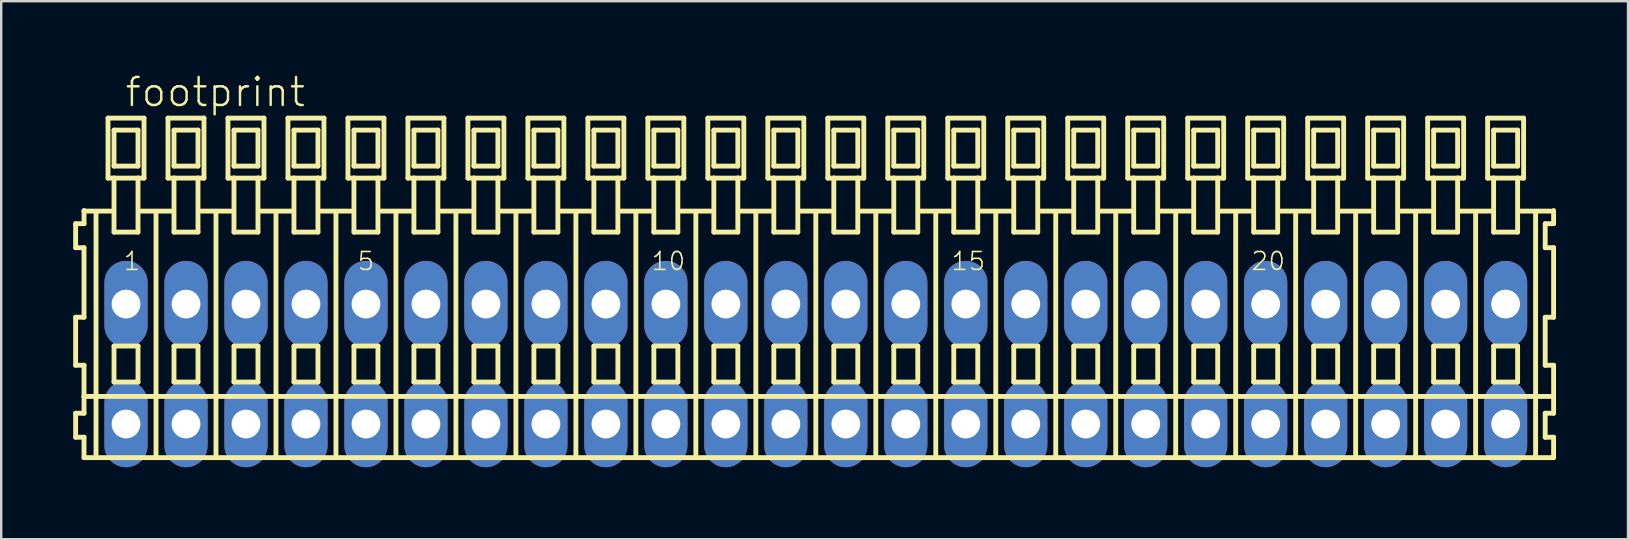
<source format=kicad_pcb>
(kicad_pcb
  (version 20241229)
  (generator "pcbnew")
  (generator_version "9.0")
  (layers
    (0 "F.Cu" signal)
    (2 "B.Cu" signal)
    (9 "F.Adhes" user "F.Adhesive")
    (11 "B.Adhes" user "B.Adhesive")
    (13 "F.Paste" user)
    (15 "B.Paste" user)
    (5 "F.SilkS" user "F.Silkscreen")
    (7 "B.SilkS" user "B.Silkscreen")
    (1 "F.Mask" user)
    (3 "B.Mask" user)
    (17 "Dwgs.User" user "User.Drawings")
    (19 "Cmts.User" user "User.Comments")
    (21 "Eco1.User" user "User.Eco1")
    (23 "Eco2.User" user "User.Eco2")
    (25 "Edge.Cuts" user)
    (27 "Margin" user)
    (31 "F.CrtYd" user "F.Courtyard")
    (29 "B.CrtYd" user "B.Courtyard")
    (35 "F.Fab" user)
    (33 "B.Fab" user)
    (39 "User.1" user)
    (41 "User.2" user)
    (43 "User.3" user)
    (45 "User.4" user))
  (footprint "footprint"
    (layer "F.Cu")
    (at 30.952 12.123)
    (property "Reference" "footprint" (at -28.85 -10.65 0) (layer "F.SilkS") (effects (font (size 1.168 1.168) (thickness 0.102)) (justify left bottom)))
    (fp_line (start -30.85 -5.85) (end -30.85 -4.85) (stroke (width 0.203) (type solid)) (layer "F.SilkS"))
    (fp_line (start -30.85 -4.85) (end -30.5 -4.85) (stroke (width 0.203) (type solid)) (layer "F.SilkS"))
    (fp_line (start -30.85 -1.95) (end -30.85 0.05) (stroke (width 0.203) (type solid)) (layer "F.SilkS"))
    (fp_line (start -30.85 0.05) (end -30.5 0.05) (stroke (width 0.203) (type solid)) (layer "F.SilkS"))
    (fp_line (start -30.85 2.05) (end -30.85 3.05) (stroke (width 0.203) (type solid)) (layer "F.SilkS"))
    (fp_line (start -30.85 3.05) (end -30.5 3.05) (stroke (width 0.203) (type solid)) (layer "F.SilkS"))
    (fp_line (start -30.5 -6.4) (end -30.5 -6.375) (stroke (width 0.203) (type solid)) (layer "F.SilkS"))
    (fp_line (start -30.5 -6.375) (end -30.5 -5.85) (stroke (width 0.203) (type solid)) (layer "F.SilkS"))
    (fp_line (start -30.5 -6.375) (end -29.375 -6.375) (stroke (width 0.203) (type solid)) (layer "F.SilkS"))
    (fp_line (start -30.5 -5.85) (end -30.85 -5.85) (stroke (width 0.203) (type solid)) (layer "F.SilkS"))
    (fp_line (start -30.5 -4.85) (end -30.5 -1.95) (stroke (width 0.203) (type solid)) (layer "F.SilkS"))
    (fp_line (start -30.5 -1.95) (end -30.85 -1.95) (stroke (width 0.203) (type solid)) (layer "F.SilkS"))
    (fp_line (start -30.5 0.05) (end -30.5 1.35) (stroke (width 0.203) (type solid)) (layer "F.SilkS"))
    (fp_line (start -30.5 1.35) (end -30.5 2.05) (stroke (width 0.203) (type solid)) (layer "F.SilkS"))
    (fp_line (start -30.5 1.35) (end 30.75 1.35) (stroke (width 0.203) (type solid)) (layer "F.SilkS"))
    (fp_line (start -30.5 2.05) (end -30.85 2.05) (stroke (width 0.203) (type solid)) (layer "F.SilkS"))
    (fp_line (start -30.5 3.05) (end -30.5 3.9) (stroke (width 0.203) (type solid)) (layer "F.SilkS"))
    (fp_line (start -30.5 3.9) (end 30.75 3.9) (stroke (width 0.203) (type solid)) (layer "F.SilkS"))
    (fp_line (start -30 -6.35) (end -30 3.8) (stroke (width 0.203) (type solid)) (layer "F.SilkS"))
    (fp_line (start -29.5 -10.25) (end -29.5 -7.75) (stroke (width 0.203) (type solid)) (layer "F.SilkS"))
    (fp_line (start -29.5 -7.75) (end -29.25 -7.75) (stroke (width 0.203) (type solid)) (layer "F.SilkS"))
    (fp_line (start -29.25 -9.75) (end -29.25 -8.25) (stroke (width 0.203) (type solid)) (layer "F.SilkS"))
    (fp_line (start -29.25 -8.25) (end -28.25 -8.25) (stroke (width 0.203) (type solid)) (layer "F.SilkS"))
    (fp_line (start -29.25 -7.75) (end -29.25 -5.5) (stroke (width 0.203) (type solid)) (layer "F.SilkS"))
    (fp_line (start -29.25 -7.75) (end -28.25 -7.75) (stroke (width 0.203) (type solid)) (layer "F.SilkS"))
    (fp_line (start -29.25 -5.5) (end -28.25 -5.5) (stroke (width 0.203) (type solid)) (layer "F.SilkS"))
    (fp_line (start -29.25 -0.75) (end -29.25 0.75) (stroke (width 0.203) (type solid)) (layer "F.SilkS"))
    (fp_line (start -29.25 0.75) (end -28.25 0.75) (stroke (width 0.203) (type solid)) (layer "F.SilkS"))
    (fp_line (start -28.25 -9.75) (end -29.25 -9.75) (stroke (width 0.203) (type solid)) (layer "F.SilkS"))
    (fp_line (start -28.25 -8.25) (end -28.25 -9.75) (stroke (width 0.203) (type solid)) (layer "F.SilkS"))
    (fp_line (start -28.25 -7.75) (end -28 -7.75) (stroke (width 0.203) (type solid)) (layer "F.SilkS"))
    (fp_line (start -28.25 -5.5) (end -28.25 -7.75) (stroke (width 0.203) (type solid)) (layer "F.SilkS"))
    (fp_line (start -28.25 -0.75) (end -29.25 -0.75) (stroke (width 0.203) (type solid)) (layer "F.SilkS"))
    (fp_line (start -28.25 0.75) (end -28.25 -0.75) (stroke (width 0.203) (type solid)) (layer "F.SilkS"))
    (fp_line (start -28.125 -6.375) (end -26.875 -6.375) (stroke (width 0.203) (type solid)) (layer "F.SilkS"))
    (fp_line (start -28 -10.25) (end -29.5 -10.25) (stroke (width 0.203) (type solid)) (layer "F.SilkS"))
    (fp_line (start -28 -7.75) (end -28 -10.25) (stroke (width 0.203) (type solid)) (layer "F.SilkS"))
    (fp_line (start -27.5 -6.35) (end -27.5 3.8) (stroke (width 0.203) (type solid)) (layer "F.SilkS"))
    (fp_line (start -27 -10.25) (end -27 -7.75) (stroke (width 0.203) (type solid)) (layer "F.SilkS"))
    (fp_line (start -27 -7.75) (end -26.75 -7.75) (stroke (width 0.203) (type solid)) (layer "F.SilkS"))
    (fp_line (start -26.75 -9.75) (end -26.75 -8.25) (stroke (width 0.203) (type solid)) (layer "F.SilkS"))
    (fp_line (start -26.75 -8.25) (end -25.75 -8.25) (stroke (width 0.203) (type solid)) (layer "F.SilkS"))
    (fp_line (start -26.75 -7.75) (end -26.75 -5.5) (stroke (width 0.203) (type solid)) (layer "F.SilkS"))
    (fp_line (start -26.75 -7.75) (end -25.75 -7.75) (stroke (width 0.203) (type solid)) (layer "F.SilkS"))
    (fp_line (start -26.75 -5.5) (end -25.75 -5.5) (stroke (width 0.203) (type solid)) (layer "F.SilkS"))
    (fp_line (start -26.75 -0.75) (end -26.75 0.75) (stroke (width 0.203) (type solid)) (layer "F.SilkS"))
    (fp_line (start -26.75 0.75) (end -25.75 0.75) (stroke (width 0.203) (type solid)) (layer "F.SilkS"))
    (fp_line (start -25.75 -9.75) (end -26.75 -9.75) (stroke (width 0.203) (type solid)) (layer "F.SilkS"))
    (fp_line (start -25.75 -8.25) (end -25.75 -9.75) (stroke (width 0.203) (type solid)) (layer "F.SilkS"))
    (fp_line (start -25.75 -7.75) (end -25.5 -7.75) (stroke (width 0.203) (type solid)) (layer "F.SilkS"))
    (fp_line (start -25.75 -5.5) (end -25.75 -7.75) (stroke (width 0.203) (type solid)) (layer "F.SilkS"))
    (fp_line (start -25.75 -0.75) (end -26.75 -0.75) (stroke (width 0.203) (type solid)) (layer "F.SilkS"))
    (fp_line (start -25.75 0.75) (end -25.75 -0.75) (stroke (width 0.203) (type solid)) (layer "F.SilkS"))
    (fp_line (start -25.625 -6.375) (end -24.375 -6.375) (stroke (width 0.203) (type solid)) (layer "F.SilkS"))
    (fp_line (start -25.5 -10.25) (end -27 -10.25) (stroke (width 0.203) (type solid)) (layer "F.SilkS"))
    (fp_line (start -25.5 -7.75) (end -25.5 -10.25) (stroke (width 0.203) (type solid)) (layer "F.SilkS"))
    (fp_line (start -25 -6.35) (end -25 3.8) (stroke (width 0.203) (type solid)) (layer "F.SilkS"))
    (fp_line (start -24.5 -10.25) (end -24.5 -7.75) (stroke (width 0.203) (type solid)) (layer "F.SilkS"))
    (fp_line (start -24.5 -7.75) (end -24.25 -7.75) (stroke (width 0.203) (type solid)) (layer "F.SilkS"))
    (fp_line (start -24.25 -9.75) (end -24.25 -8.25) (stroke (width 0.203) (type solid)) (layer "F.SilkS"))
    (fp_line (start -24.25 -8.25) (end -23.25 -8.25) (stroke (width 0.203) (type solid)) (layer "F.SilkS"))
    (fp_line (start -24.25 -7.75) (end -24.25 -5.5) (stroke (width 0.203) (type solid)) (layer "F.SilkS"))
    (fp_line (start -24.25 -7.75) (end -23.25 -7.75) (stroke (width 0.203) (type solid)) (layer "F.SilkS"))
    (fp_line (start -24.25 -5.5) (end -23.25 -5.5) (stroke (width 0.203) (type solid)) (layer "F.SilkS"))
    (fp_line (start -24.25 -0.75) (end -24.25 0.75) (stroke (width 0.203) (type solid)) (layer "F.SilkS"))
    (fp_line (start -24.25 0.75) (end -23.25 0.75) (stroke (width 0.203) (type solid)) (layer "F.SilkS"))
    (fp_line (start -23.25 -9.75) (end -24.25 -9.75) (stroke (width 0.203) (type solid)) (layer "F.SilkS"))
    (fp_line (start -23.25 -8.25) (end -23.25 -9.75) (stroke (width 0.203) (type solid)) (layer "F.SilkS"))
    (fp_line (start -23.25 -7.75) (end -23 -7.75) (stroke (width 0.203) (type solid)) (layer "F.SilkS"))
    (fp_line (start -23.25 -5.5) (end -23.25 -7.75) (stroke (width 0.203) (type solid)) (layer "F.SilkS"))
    (fp_line (start -23.25 -0.75) (end -24.25 -0.75) (stroke (width 0.203) (type solid)) (layer "F.SilkS"))
    (fp_line (start -23.25 0.75) (end -23.25 -0.75) (stroke (width 0.203) (type solid)) (layer "F.SilkS"))
    (fp_line (start -23.125 -6.375) (end -21.875 -6.375) (stroke (width 0.203) (type solid)) (layer "F.SilkS"))
    (fp_line (start -23 -10.25) (end -24.5 -10.25) (stroke (width 0.203) (type solid)) (layer "F.SilkS"))
    (fp_line (start -23 -7.75) (end -23 -10.25) (stroke (width 0.203) (type solid)) (layer "F.SilkS"))
    (fp_line (start -22.5 -6.35) (end -22.5 3.8) (stroke (width 0.203) (type solid)) (layer "F.SilkS"))
    (fp_line (start -22 -10.25) (end -22 -7.75) (stroke (width 0.203) (type solid)) (layer "F.SilkS"))
    (fp_line (start -22 -7.75) (end -21.75 -7.75) (stroke (width 0.203) (type solid)) (layer "F.SilkS"))
    (fp_line (start -21.75 -9.75) (end -21.75 -8.25) (stroke (width 0.203) (type solid)) (layer "F.SilkS"))
    (fp_line (start -21.75 -8.25) (end -20.75 -8.25) (stroke (width 0.203) (type solid)) (layer "F.SilkS"))
    (fp_line (start -21.75 -7.75) (end -21.75 -5.5) (stroke (width 0.203) (type solid)) (layer "F.SilkS"))
    (fp_line (start -21.75 -7.75) (end -20.75 -7.75) (stroke (width 0.203) (type solid)) (layer "F.SilkS"))
    (fp_line (start -21.75 -5.5) (end -20.75 -5.5) (stroke (width 0.203) (type solid)) (layer "F.SilkS"))
    (fp_line (start -21.75 -0.75) (end -21.75 0.75) (stroke (width 0.203) (type solid)) (layer "F.SilkS"))
    (fp_line (start -21.75 0.75) (end -20.75 0.75) (stroke (width 0.203) (type solid)) (layer "F.SilkS"))
    (fp_line (start -20.75 -9.75) (end -21.75 -9.75) (stroke (width 0.203) (type solid)) (layer "F.SilkS"))
    (fp_line (start -20.75 -8.25) (end -20.75 -9.75) (stroke (width 0.203) (type solid)) (layer "F.SilkS"))
    (fp_line (start -20.75 -7.75) (end -20.5 -7.75) (stroke (width 0.203) (type solid)) (layer "F.SilkS"))
    (fp_line (start -20.75 -5.5) (end -20.75 -7.75) (stroke (width 0.203) (type solid)) (layer "F.SilkS"))
    (fp_line (start -20.75 -0.75) (end -21.75 -0.75) (stroke (width 0.203) (type solid)) (layer "F.SilkS"))
    (fp_line (start -20.75 0.75) (end -20.75 -0.75) (stroke (width 0.203) (type solid)) (layer "F.SilkS"))
    (fp_line (start -20.625 -6.375) (end -19.375 -6.375) (stroke (width 0.203) (type solid)) (layer "F.SilkS"))
    (fp_line (start -20.5 -10.25) (end -22 -10.25) (stroke (width 0.203) (type solid)) (layer "F.SilkS"))
    (fp_line (start -20.5 -7.75) (end -20.5 -10.25) (stroke (width 0.203) (type solid)) (layer "F.SilkS"))
    (fp_line (start -20 -6.35) (end -20 3.8) (stroke (width 0.203) (type solid)) (layer "F.SilkS"))
    (fp_line (start -19.5 -10.25) (end -19.5 -7.75) (stroke (width 0.203) (type solid)) (layer "F.SilkS"))
    (fp_line (start -19.5 -7.75) (end -19.25 -7.75) (stroke (width 0.203) (type solid)) (layer "F.SilkS"))
    (fp_line (start -19.25 -9.75) (end -19.25 -8.25) (stroke (width 0.203) (type solid)) (layer "F.SilkS"))
    (fp_line (start -19.25 -8.25) (end -18.25 -8.25) (stroke (width 0.203) (type solid)) (layer "F.SilkS"))
    (fp_line (start -19.25 -7.75) (end -19.25 -5.5) (stroke (width 0.203) (type solid)) (layer "F.SilkS"))
    (fp_line (start -19.25 -7.75) (end -18.25 -7.75) (stroke (width 0.203) (type solid)) (layer "F.SilkS"))
    (fp_line (start -19.25 -5.5) (end -18.25 -5.5) (stroke (width 0.203) (type solid)) (layer "F.SilkS"))
    (fp_line (start -19.25 -0.75) (end -19.25 0.75) (stroke (width 0.203) (type solid)) (layer "F.SilkS"))
    (fp_line (start -19.25 0.75) (end -18.25 0.75) (stroke (width 0.203) (type solid)) (layer "F.SilkS"))
    (fp_line (start -18.25 -9.75) (end -19.25 -9.75) (stroke (width 0.203) (type solid)) (layer "F.SilkS"))
    (fp_line (start -18.25 -8.25) (end -18.25 -9.75) (stroke (width 0.203) (type solid)) (layer "F.SilkS"))
    (fp_line (start -18.25 -7.75) (end -18 -7.75) (stroke (width 0.203) (type solid)) (layer "F.SilkS"))
    (fp_line (start -18.25 -5.5) (end -18.25 -7.75) (stroke (width 0.203) (type solid)) (layer "F.SilkS"))
    (fp_line (start -18.25 -0.75) (end -19.25 -0.75) (stroke (width 0.203) (type solid)) (layer "F.SilkS"))
    (fp_line (start -18.25 0.75) (end -18.25 -0.75) (stroke (width 0.203) (type solid)) (layer "F.SilkS"))
    (fp_line (start -18.125 -6.375) (end -16.875 -6.375) (stroke (width 0.203) (type solid)) (layer "F.SilkS"))
    (fp_line (start -18 -10.25) (end -19.5 -10.25) (stroke (width 0.203) (type solid)) (layer "F.SilkS"))
    (fp_line (start -18 -7.75) (end -18 -10.25) (stroke (width 0.203) (type solid)) (layer "F.SilkS"))
    (fp_line (start -17.5 -6.35) (end -17.5 3.8) (stroke (width 0.203) (type solid)) (layer "F.SilkS"))
    (fp_line (start -17 -10.25) (end -17 -7.75) (stroke (width 0.203) (type solid)) (layer "F.SilkS"))
    (fp_line (start -17 -7.75) (end -16.75 -7.75) (stroke (width 0.203) (type solid)) (layer "F.SilkS"))
    (fp_line (start -16.75 -9.75) (end -16.75 -8.25) (stroke (width 0.203) (type solid)) (layer "F.SilkS"))
    (fp_line (start -16.75 -8.25) (end -15.75 -8.25) (stroke (width 0.203) (type solid)) (layer "F.SilkS"))
    (fp_line (start -16.75 -7.75) (end -16.75 -5.5) (stroke (width 0.203) (type solid)) (layer "F.SilkS"))
    (fp_line (start -16.75 -7.75) (end -15.75 -7.75) (stroke (width 0.203) (type solid)) (layer "F.SilkS"))
    (fp_line (start -16.75 -5.5) (end -15.75 -5.5) (stroke (width 0.203) (type solid)) (layer "F.SilkS"))
    (fp_line (start -16.75 -0.75) (end -16.75 0.75) (stroke (width 0.203) (type solid)) (layer "F.SilkS"))
    (fp_line (start -16.75 0.75) (end -15.75 0.75) (stroke (width 0.203) (type solid)) (layer "F.SilkS"))
    (fp_line (start -15.75 -9.75) (end -16.75 -9.75) (stroke (width 0.203) (type solid)) (layer "F.SilkS"))
    (fp_line (start -15.75 -8.25) (end -15.75 -9.75) (stroke (width 0.203) (type solid)) (layer "F.SilkS"))
    (fp_line (start -15.75 -7.75) (end -15.5 -7.75) (stroke (width 0.203) (type solid)) (layer "F.SilkS"))
    (fp_line (start -15.75 -5.5) (end -15.75 -7.75) (stroke (width 0.203) (type solid)) (layer "F.SilkS"))
    (fp_line (start -15.75 -0.75) (end -16.75 -0.75) (stroke (width 0.203) (type solid)) (layer "F.SilkS"))
    (fp_line (start -15.75 0.75) (end -15.75 -0.75) (stroke (width 0.203) (type solid)) (layer "F.SilkS"))
    (fp_line (start -15.625 -6.375) (end -14.375 -6.375) (stroke (width 0.203) (type solid)) (layer "F.SilkS"))
    (fp_line (start -15.5 -10.25) (end -17 -10.25) (stroke (width 0.203) (type solid)) (layer "F.SilkS"))
    (fp_line (start -15.5 -7.75) (end -15.5 -10.25) (stroke (width 0.203) (type solid)) (layer "F.SilkS"))
    (fp_line (start -15 -6.35) (end -15 3.8) (stroke (width 0.203) (type solid)) (layer "F.SilkS"))
    (fp_line (start -14.5 -10.25) (end -14.5 -7.75) (stroke (width 0.203) (type solid)) (layer "F.SilkS"))
    (fp_line (start -14.5 -7.75) (end -14.25 -7.75) (stroke (width 0.203) (type solid)) (layer "F.SilkS"))
    (fp_line (start -14.25 -9.75) (end -14.25 -8.25) (stroke (width 0.203) (type solid)) (layer "F.SilkS"))
    (fp_line (start -14.25 -8.25) (end -13.25 -8.25) (stroke (width 0.203) (type solid)) (layer "F.SilkS"))
    (fp_line (start -14.25 -7.75) (end -14.25 -5.5) (stroke (width 0.203) (type solid)) (layer "F.SilkS"))
    (fp_line (start -14.25 -7.75) (end -13.25 -7.75) (stroke (width 0.203) (type solid)) (layer "F.SilkS"))
    (fp_line (start -14.25 -5.5) (end -13.25 -5.5) (stroke (width 0.203) (type solid)) (layer "F.SilkS"))
    (fp_line (start -14.25 -0.75) (end -14.25 0.75) (stroke (width 0.203) (type solid)) (layer "F.SilkS"))
    (fp_line (start -14.25 0.75) (end -13.25 0.75) (stroke (width 0.203) (type solid)) (layer "F.SilkS"))
    (fp_line (start -13.25 -9.75) (end -14.25 -9.75) (stroke (width 0.203) (type solid)) (layer "F.SilkS"))
    (fp_line (start -13.25 -8.25) (end -13.25 -9.75) (stroke (width 0.203) (type solid)) (layer "F.SilkS"))
    (fp_line (start -13.25 -7.75) (end -13 -7.75) (stroke (width 0.203) (type solid)) (layer "F.SilkS"))
    (fp_line (start -13.25 -5.5) (end -13.25 -7.75) (stroke (width 0.203) (type solid)) (layer "F.SilkS"))
    (fp_line (start -13.25 -0.75) (end -14.25 -0.75) (stroke (width 0.203) (type solid)) (layer "F.SilkS"))
    (fp_line (start -13.25 0.75) (end -13.25 -0.75) (stroke (width 0.203) (type solid)) (layer "F.SilkS"))
    (fp_line (start -13.125 -6.375) (end -11.875 -6.375) (stroke (width 0.203) (type solid)) (layer "F.SilkS"))
    (fp_line (start -13 -10.25) (end -14.5 -10.25) (stroke (width 0.203) (type solid)) (layer "F.SilkS"))
    (fp_line (start -13 -7.75) (end -13 -10.25) (stroke (width 0.203) (type solid)) (layer "F.SilkS"))
    (fp_line (start -12.5 -6.35) (end -12.5 3.8) (stroke (width 0.203) (type solid)) (layer "F.SilkS"))
    (fp_line (start -12 -10.25) (end -12 -7.75) (stroke (width 0.203) (type solid)) (layer "F.SilkS"))
    (fp_line (start -12 -7.75) (end -11.75 -7.75) (stroke (width 0.203) (type solid)) (layer "F.SilkS"))
    (fp_line (start -11.75 -9.75) (end -11.75 -8.25) (stroke (width 0.203) (type solid)) (layer "F.SilkS"))
    (fp_line (start -11.75 -8.25) (end -10.75 -8.25) (stroke (width 0.203) (type solid)) (layer "F.SilkS"))
    (fp_line (start -11.75 -7.75) (end -11.75 -5.5) (stroke (width 0.203) (type solid)) (layer "F.SilkS"))
    (fp_line (start -11.75 -7.75) (end -10.75 -7.75) (stroke (width 0.203) (type solid)) (layer "F.SilkS"))
    (fp_line (start -11.75 -5.5) (end -10.75 -5.5) (stroke (width 0.203) (type solid)) (layer "F.SilkS"))
    (fp_line (start -11.75 -0.75) (end -11.75 0.75) (stroke (width 0.203) (type solid)) (layer "F.SilkS"))
    (fp_line (start -11.75 0.75) (end -10.75 0.75) (stroke (width 0.203) (type solid)) (layer "F.SilkS"))
    (fp_line (start -10.75 -9.75) (end -11.75 -9.75) (stroke (width 0.203) (type solid)) (layer "F.SilkS"))
    (fp_line (start -10.75 -8.25) (end -10.75 -9.75) (stroke (width 0.203) (type solid)) (layer "F.SilkS"))
    (fp_line (start -10.75 -7.75) (end -10.5 -7.75) (stroke (width 0.203) (type solid)) (layer "F.SilkS"))
    (fp_line (start -10.75 -5.5) (end -10.75 -7.75) (stroke (width 0.203) (type solid)) (layer "F.SilkS"))
    (fp_line (start -10.75 -0.75) (end -11.75 -0.75) (stroke (width 0.203) (type solid)) (layer "F.SilkS"))
    (fp_line (start -10.75 0.75) (end -10.75 -0.75) (stroke (width 0.203) (type solid)) (layer "F.SilkS"))
    (fp_line (start -10.625 -6.375) (end -9.375 -6.375) (stroke (width 0.203) (type solid)) (layer "F.SilkS"))
    (fp_line (start -10.5 -10.25) (end -12 -10.25) (stroke (width 0.203) (type solid)) (layer "F.SilkS"))
    (fp_line (start -10.5 -7.75) (end -10.5 -10.25) (stroke (width 0.203) (type solid)) (layer "F.SilkS"))
    (fp_line (start -10 -6.35) (end -10 3.8) (stroke (width 0.203) (type solid)) (layer "F.SilkS"))
    (fp_line (start -9.5 -10.25) (end -9.5 -7.75) (stroke (width 0.203) (type solid)) (layer "F.SilkS"))
    (fp_line (start -9.5 -7.75) (end -9.25 -7.75) (stroke (width 0.203) (type solid)) (layer "F.SilkS"))
    (fp_line (start -9.25 -9.75) (end -9.25 -8.25) (stroke (width 0.203) (type solid)) (layer "F.SilkS"))
    (fp_line (start -9.25 -8.25) (end -8.25 -8.25) (stroke (width 0.203) (type solid)) (layer "F.SilkS"))
    (fp_line (start -9.25 -7.75) (end -9.25 -5.5) (stroke (width 0.203) (type solid)) (layer "F.SilkS"))
    (fp_line (start -9.25 -7.75) (end -8.25 -7.75) (stroke (width 0.203) (type solid)) (layer "F.SilkS"))
    (fp_line (start -9.25 -5.5) (end -8.25 -5.5) (stroke (width 0.203) (type solid)) (layer "F.SilkS"))
    (fp_line (start -9.25 -0.75) (end -9.25 0.75) (stroke (width 0.203) (type solid)) (layer "F.SilkS"))
    (fp_line (start -9.25 0.75) (end -8.25 0.75) (stroke (width 0.203) (type solid)) (layer "F.SilkS"))
    (fp_line (start -8.25 -9.75) (end -9.25 -9.75) (stroke (width 0.203) (type solid)) (layer "F.SilkS"))
    (fp_line (start -8.25 -8.25) (end -8.25 -9.75) (stroke (width 0.203) (type solid)) (layer "F.SilkS"))
    (fp_line (start -8.25 -7.75) (end -8 -7.75) (stroke (width 0.203) (type solid)) (layer "F.SilkS"))
    (fp_line (start -8.25 -5.5) (end -8.25 -7.75) (stroke (width 0.203) (type solid)) (layer "F.SilkS"))
    (fp_line (start -8.25 -0.75) (end -9.25 -0.75) (stroke (width 0.203) (type solid)) (layer "F.SilkS"))
    (fp_line (start -8.25 0.75) (end -8.25 -0.75) (stroke (width 0.203) (type solid)) (layer "F.SilkS"))
    (fp_line (start -8.125 -6.375) (end -6.875 -6.375) (stroke (width 0.203) (type solid)) (layer "F.SilkS"))
    (fp_line (start -8 -10.25) (end -9.5 -10.25) (stroke (width 0.203) (type solid)) (layer "F.SilkS"))
    (fp_line (start -8 -7.75) (end -8 -10.25) (stroke (width 0.203) (type solid)) (layer "F.SilkS"))
    (fp_line (start -7.5 -6.35) (end -7.5 3.8) (stroke (width 0.203) (type solid)) (layer "F.SilkS"))
    (fp_line (start -7 -10.25) (end -7 -7.75) (stroke (width 0.203) (type solid)) (layer "F.SilkS"))
    (fp_line (start -7 -7.75) (end -6.75 -7.75) (stroke (width 0.203) (type solid)) (layer "F.SilkS"))
    (fp_line (start -6.75 -9.75) (end -6.75 -8.25) (stroke (width 0.203) (type solid)) (layer "F.SilkS"))
    (fp_line (start -6.75 -8.25) (end -5.75 -8.25) (stroke (width 0.203) (type solid)) (layer "F.SilkS"))
    (fp_line (start -6.75 -7.75) (end -6.75 -5.5) (stroke (width 0.203) (type solid)) (layer "F.SilkS"))
    (fp_line (start -6.75 -7.75) (end -5.75 -7.75) (stroke (width 0.203) (type solid)) (layer "F.SilkS"))
    (fp_line (start -6.75 -5.5) (end -5.75 -5.5) (stroke (width 0.203) (type solid)) (layer "F.SilkS"))
    (fp_line (start -6.75 -0.75) (end -6.75 0.75) (stroke (width 0.203) (type solid)) (layer "F.SilkS"))
    (fp_line (start -6.75 0.75) (end -5.75 0.75) (stroke (width 0.203) (type solid)) (layer "F.SilkS"))
    (fp_line (start -5.75 -9.75) (end -6.75 -9.75) (stroke (width 0.203) (type solid)) (layer "F.SilkS"))
    (fp_line (start -5.75 -8.25) (end -5.75 -9.75) (stroke (width 0.203) (type solid)) (layer "F.SilkS"))
    (fp_line (start -5.75 -7.75) (end -5.5 -7.75) (stroke (width 0.203) (type solid)) (layer "F.SilkS"))
    (fp_line (start -5.75 -5.5) (end -5.75 -7.75) (stroke (width 0.203) (type solid)) (layer "F.SilkS"))
    (fp_line (start -5.75 -0.75) (end -6.75 -0.75) (stroke (width 0.203) (type solid)) (layer "F.SilkS"))
    (fp_line (start -5.75 0.75) (end -5.75 -0.75) (stroke (width 0.203) (type solid)) (layer "F.SilkS"))
    (fp_line (start -5.625 -6.375) (end -4.375 -6.375) (stroke (width 0.203) (type solid)) (layer "F.SilkS"))
    (fp_line (start -5.5 -10.25) (end -7 -10.25) (stroke (width 0.203) (type solid)) (layer "F.SilkS"))
    (fp_line (start -5.5 -7.75) (end -5.5 -10.25) (stroke (width 0.203) (type solid)) (layer "F.SilkS"))
    (fp_line (start -5 -6.35) (end -5 3.8) (stroke (width 0.203) (type solid)) (layer "F.SilkS"))
    (fp_line (start -4.5 -10.25) (end -4.5 -7.75) (stroke (width 0.203) (type solid)) (layer "F.SilkS"))
    (fp_line (start -4.5 -7.75) (end -4.25 -7.75) (stroke (width 0.203) (type solid)) (layer "F.SilkS"))
    (fp_line (start -4.25 -9.75) (end -4.25 -8.25) (stroke (width 0.203) (type solid)) (layer "F.SilkS"))
    (fp_line (start -4.25 -8.25) (end -3.25 -8.25) (stroke (width 0.203) (type solid)) (layer "F.SilkS"))
    (fp_line (start -4.25 -7.75) (end -4.25 -5.5) (stroke (width 0.203) (type solid)) (layer "F.SilkS"))
    (fp_line (start -4.25 -7.75) (end -3.25 -7.75) (stroke (width 0.203) (type solid)) (layer "F.SilkS"))
    (fp_line (start -4.25 -5.5) (end -3.25 -5.5) (stroke (width 0.203) (type solid)) (layer "F.SilkS"))
    (fp_line (start -4.25 -0.75) (end -4.25 0.75) (stroke (width 0.203) (type solid)) (layer "F.SilkS"))
    (fp_line (start -4.25 0.75) (end -3.25 0.75) (stroke (width 0.203) (type solid)) (layer "F.SilkS"))
    (fp_line (start -3.25 -9.75) (end -4.25 -9.75) (stroke (width 0.203) (type solid)) (layer "F.SilkS"))
    (fp_line (start -3.25 -8.25) (end -3.25 -9.75) (stroke (width 0.203) (type solid)) (layer "F.SilkS"))
    (fp_line (start -3.25 -7.75) (end -3 -7.75) (stroke (width 0.203) (type solid)) (layer "F.SilkS"))
    (fp_line (start -3.25 -5.5) (end -3.25 -7.75) (stroke (width 0.203) (type solid)) (layer "F.SilkS"))
    (fp_line (start -3.25 -0.75) (end -4.25 -0.75) (stroke (width 0.203) (type solid)) (layer "F.SilkS"))
    (fp_line (start -3.25 0.75) (end -3.25 -0.75) (stroke (width 0.203) (type solid)) (layer "F.SilkS"))
    (fp_line (start -3.125 -6.375) (end -1.875 -6.375) (stroke (width 0.203) (type solid)) (layer "F.SilkS"))
    (fp_line (start -3 -10.25) (end -4.5 -10.25) (stroke (width 0.203) (type solid)) (layer "F.SilkS"))
    (fp_line (start -3 -7.75) (end -3 -10.25) (stroke (width 0.203) (type solid)) (layer "F.SilkS"))
    (fp_line (start -2.5 -6.35) (end -2.5 3.8) (stroke (width 0.203) (type solid)) (layer "F.SilkS"))
    (fp_line (start -2 -10.25) (end -2 -7.75) (stroke (width 0.203) (type solid)) (layer "F.SilkS"))
    (fp_line (start -2 -7.75) (end -1.75 -7.75) (stroke (width 0.203) (type solid)) (layer "F.SilkS"))
    (fp_line (start -1.75 -9.75) (end -1.75 -8.25) (stroke (width 0.203) (type solid)) (layer "F.SilkS"))
    (fp_line (start -1.75 -8.25) (end -0.75 -8.25) (stroke (width 0.203) (type solid)) (layer "F.SilkS"))
    (fp_line (start -1.75 -7.75) (end -1.75 -5.5) (stroke (width 0.203) (type solid)) (layer "F.SilkS"))
    (fp_line (start -1.75 -7.75) (end -0.75 -7.75) (stroke (width 0.203) (type solid)) (layer "F.SilkS"))
    (fp_line (start -1.75 -5.5) (end -0.75 -5.5) (stroke (width 0.203) (type solid)) (layer "F.SilkS"))
    (fp_line (start -1.75 -0.75) (end -1.75 0.75) (stroke (width 0.203) (type solid)) (layer "F.SilkS"))
    (fp_line (start -1.75 0.75) (end -0.75 0.75) (stroke (width 0.203) (type solid)) (layer "F.SilkS"))
    (fp_line (start -0.75 -9.75) (end -1.75 -9.75) (stroke (width 0.203) (type solid)) (layer "F.SilkS"))
    (fp_line (start -0.75 -8.25) (end -0.75 -9.75) (stroke (width 0.203) (type solid)) (layer "F.SilkS"))
    (fp_line (start -0.75 -7.75) (end -0.5 -7.75) (stroke (width 0.203) (type solid)) (layer "F.SilkS"))
    (fp_line (start -0.75 -5.5) (end -0.75 -7.75) (stroke (width 0.203) (type solid)) (layer "F.SilkS"))
    (fp_line (start -0.75 -0.75) (end -1.75 -0.75) (stroke (width 0.203) (type solid)) (layer "F.SilkS"))
    (fp_line (start -0.75 0.75) (end -0.75 -0.75) (stroke (width 0.203) (type solid)) (layer "F.SilkS"))
    (fp_line (start -0.625 -6.375) (end 0.625 -6.375) (stroke (width 0.203) (type solid)) (layer "F.SilkS"))
    (fp_line (start -0.5 -10.25) (end -2 -10.25) (stroke (width 0.203) (type solid)) (layer "F.SilkS"))
    (fp_line (start -0.5 -7.75) (end -0.5 -10.25) (stroke (width 0.203) (type solid)) (layer "F.SilkS"))
    (fp_line (start 0 -6.35) (end 0 3.8) (stroke (width 0.203) (type solid)) (layer "F.SilkS"))
    (fp_line (start 0.5 -10.25) (end 0.5 -7.75) (stroke (width 0.203) (type solid)) (layer "F.SilkS"))
    (fp_line (start 0.5 -7.75) (end 0.75 -7.75) (stroke (width 0.203) (type solid)) (layer "F.SilkS"))
    (fp_line (start 0.75 -9.75) (end 0.75 -8.25) (stroke (width 0.203) (type solid)) (layer "F.SilkS"))
    (fp_line (start 0.75 -8.25) (end 1.75 -8.25) (stroke (width 0.203) (type solid)) (layer "F.SilkS"))
    (fp_line (start 0.75 -7.75) (end 0.75 -5.5) (stroke (width 0.203) (type solid)) (layer "F.SilkS"))
    (fp_line (start 0.75 -7.75) (end 1.75 -7.75) (stroke (width 0.203) (type solid)) (layer "F.SilkS"))
    (fp_line (start 0.75 -5.5) (end 1.75 -5.5) (stroke (width 0.203) (type solid)) (layer "F.SilkS"))
    (fp_line (start 0.75 -0.75) (end 0.75 0.75) (stroke (width 0.203) (type solid)) (layer "F.SilkS"))
    (fp_line (start 0.75 0.75) (end 1.75 0.75) (stroke (width 0.203) (type solid)) (layer "F.SilkS"))
    (fp_line (start 1.75 -9.75) (end 0.75 -9.75) (stroke (width 0.203) (type solid)) (layer "F.SilkS"))
    (fp_line (start 1.75 -8.25) (end 1.75 -9.75) (stroke (width 0.203) (type solid)) (layer "F.SilkS"))
    (fp_line (start 1.75 -7.75) (end 2 -7.75) (stroke (width 0.203) (type solid)) (layer "F.SilkS"))
    (fp_line (start 1.75 -5.5) (end 1.75 -7.75) (stroke (width 0.203) (type solid)) (layer "F.SilkS"))
    (fp_line (start 1.75 -0.75) (end 0.75 -0.75) (stroke (width 0.203) (type solid)) (layer "F.SilkS"))
    (fp_line (start 1.75 0.75) (end 1.75 -0.75) (stroke (width 0.203) (type solid)) (layer "F.SilkS"))
    (fp_line (start 1.875 -6.375) (end 3.125 -6.375) (stroke (width 0.203) (type solid)) (layer "F.SilkS"))
    (fp_line (start 2 -10.25) (end 0.5 -10.25) (stroke (width 0.203) (type solid)) (layer "F.SilkS"))
    (fp_line (start 2 -7.75) (end 2 -10.25) (stroke (width 0.203) (type solid)) (layer "F.SilkS"))
    (fp_line (start 2.5 -6.35) (end 2.5 3.8) (stroke (width 0.203) (type solid)) (layer "F.SilkS"))
    (fp_line (start 3 -10.25) (end 3 -7.75) (stroke (width 0.203) (type solid)) (layer "F.SilkS"))
    (fp_line (start 3 -7.75) (end 3.25 -7.75) (stroke (width 0.203) (type solid)) (layer "F.SilkS"))
    (fp_line (start 3.25 -9.75) (end 3.25 -8.25) (stroke (width 0.203) (type solid)) (layer "F.SilkS"))
    (fp_line (start 3.25 -8.25) (end 4.25 -8.25) (stroke (width 0.203) (type solid)) (layer "F.SilkS"))
    (fp_line (start 3.25 -7.75) (end 3.25 -5.5) (stroke (width 0.203) (type solid)) (layer "F.SilkS"))
    (fp_line (start 3.25 -7.75) (end 4.25 -7.75) (stroke (width 0.203) (type solid)) (layer "F.SilkS"))
    (fp_line (start 3.25 -5.5) (end 4.25 -5.5) (stroke (width 0.203) (type solid)) (layer "F.SilkS"))
    (fp_line (start 3.25 -0.75) (end 3.25 0.75) (stroke (width 0.203) (type solid)) (layer "F.SilkS"))
    (fp_line (start 3.25 0.75) (end 4.25 0.75) (stroke (width 0.203) (type solid)) (layer "F.SilkS"))
    (fp_line (start 4.25 -9.75) (end 3.25 -9.75) (stroke (width 0.203) (type solid)) (layer "F.SilkS"))
    (fp_line (start 4.25 -8.25) (end 4.25 -9.75) (stroke (width 0.203) (type solid)) (layer "F.SilkS"))
    (fp_line (start 4.25 -7.75) (end 4.5 -7.75) (stroke (width 0.203) (type solid)) (layer "F.SilkS"))
    (fp_line (start 4.25 -5.5) (end 4.25 -7.75) (stroke (width 0.203) (type solid)) (layer "F.SilkS"))
    (fp_line (start 4.25 -0.75) (end 3.25 -0.75) (stroke (width 0.203) (type solid)) (layer "F.SilkS"))
    (fp_line (start 4.25 0.75) (end 4.25 -0.75) (stroke (width 0.203) (type solid)) (layer "F.SilkS"))
    (fp_line (start 4.375 -6.375) (end 5.625 -6.375) (stroke (width 0.203) (type solid)) (layer "F.SilkS"))
    (fp_line (start 4.5 -10.25) (end 3 -10.25) (stroke (width 0.203) (type solid)) (layer "F.SilkS"))
    (fp_line (start 4.5 -7.75) (end 4.5 -10.25) (stroke (width 0.203) (type solid)) (layer "F.SilkS"))
    (fp_line (start 5 -6.35) (end 5 3.8) (stroke (width 0.203) (type solid)) (layer "F.SilkS"))
    (fp_line (start 5.5 -10.25) (end 5.5 -7.75) (stroke (width 0.203) (type solid)) (layer "F.SilkS"))
    (fp_line (start 5.5 -7.75) (end 5.75 -7.75) (stroke (width 0.203) (type solid)) (layer "F.SilkS"))
    (fp_line (start 5.75 -9.75) (end 5.75 -8.25) (stroke (width 0.203) (type solid)) (layer "F.SilkS"))
    (fp_line (start 5.75 -8.25) (end 6.75 -8.25) (stroke (width 0.203) (type solid)) (layer "F.SilkS"))
    (fp_line (start 5.75 -7.75) (end 5.75 -5.5) (stroke (width 0.203) (type solid)) (layer "F.SilkS"))
    (fp_line (start 5.75 -7.75) (end 6.75 -7.75) (stroke (width 0.203) (type solid)) (layer "F.SilkS"))
    (fp_line (start 5.75 -5.5) (end 6.75 -5.5) (stroke (width 0.203) (type solid)) (layer "F.SilkS"))
    (fp_line (start 5.75 -0.75) (end 5.75 0.75) (stroke (width 0.203) (type solid)) (layer "F.SilkS"))
    (fp_line (start 5.75 0.75) (end 6.75 0.75) (stroke (width 0.203) (type solid)) (layer "F.SilkS"))
    (fp_line (start 6.75 -9.75) (end 5.75 -9.75) (stroke (width 0.203) (type solid)) (layer "F.SilkS"))
    (fp_line (start 6.75 -8.25) (end 6.75 -9.75) (stroke (width 0.203) (type solid)) (layer "F.SilkS"))
    (fp_line (start 6.75 -7.75) (end 7 -7.75) (stroke (width 0.203) (type solid)) (layer "F.SilkS"))
    (fp_line (start 6.75 -5.5) (end 6.75 -7.75) (stroke (width 0.203) (type solid)) (layer "F.SilkS"))
    (fp_line (start 6.75 -0.75) (end 5.75 -0.75) (stroke (width 0.203) (type solid)) (layer "F.SilkS"))
    (fp_line (start 6.75 0.75) (end 6.75 -0.75) (stroke (width 0.203) (type solid)) (layer "F.SilkS"))
    (fp_line (start 6.875 -6.375) (end 8.125 -6.375) (stroke (width 0.203) (type solid)) (layer "F.SilkS"))
    (fp_line (start 7 -10.25) (end 5.5 -10.25) (stroke (width 0.203) (type solid)) (layer "F.SilkS"))
    (fp_line (start 7 -7.75) (end 7 -10.25) (stroke (width 0.203) (type solid)) (layer "F.SilkS"))
    (fp_line (start 7.5 -6.35) (end 7.5 3.8) (stroke (width 0.203) (type solid)) (layer "F.SilkS"))
    (fp_line (start 8 -10.25) (end 8 -7.75) (stroke (width 0.203) (type solid)) (layer "F.SilkS"))
    (fp_line (start 8 -7.75) (end 8.25 -7.75) (stroke (width 0.203) (type solid)) (layer "F.SilkS"))
    (fp_line (start 8.25 -9.75) (end 8.25 -8.25) (stroke (width 0.203) (type solid)) (layer "F.SilkS"))
    (fp_line (start 8.25 -8.25) (end 9.25 -8.25) (stroke (width 0.203) (type solid)) (layer "F.SilkS"))
    (fp_line (start 8.25 -7.75) (end 8.25 -5.5) (stroke (width 0.203) (type solid)) (layer "F.SilkS"))
    (fp_line (start 8.25 -7.75) (end 9.25 -7.75) (stroke (width 0.203) (type solid)) (layer "F.SilkS"))
    (fp_line (start 8.25 -5.5) (end 9.25 -5.5) (stroke (width 0.203) (type solid)) (layer "F.SilkS"))
    (fp_line (start 8.25 -0.75) (end 8.25 0.75) (stroke (width 0.203) (type solid)) (layer "F.SilkS"))
    (fp_line (start 8.25 0.75) (end 9.25 0.75) (stroke (width 0.203) (type solid)) (layer "F.SilkS"))
    (fp_line (start 9.25 -9.75) (end 8.25 -9.75) (stroke (width 0.203) (type solid)) (layer "F.SilkS"))
    (fp_line (start 9.25 -8.25) (end 9.25 -9.75) (stroke (width 0.203) (type solid)) (layer "F.SilkS"))
    (fp_line (start 9.25 -7.75) (end 9.5 -7.75) (stroke (width 0.203) (type solid)) (layer "F.SilkS"))
    (fp_line (start 9.25 -5.5) (end 9.25 -7.75) (stroke (width 0.203) (type solid)) (layer "F.SilkS"))
    (fp_line (start 9.25 -0.75) (end 8.25 -0.75) (stroke (width 0.203) (type solid)) (layer "F.SilkS"))
    (fp_line (start 9.25 0.75) (end 9.25 -0.75) (stroke (width 0.203) (type solid)) (layer "F.SilkS"))
    (fp_line (start 9.375 -6.375) (end 10.625 -6.375) (stroke (width 0.203) (type solid)) (layer "F.SilkS"))
    (fp_line (start 9.5 -10.25) (end 8 -10.25) (stroke (width 0.203) (type solid)) (layer "F.SilkS"))
    (fp_line (start 9.5 -7.75) (end 9.5 -10.25) (stroke (width 0.203) (type solid)) (layer "F.SilkS"))
    (fp_line (start 10 -6.35) (end 10 3.8) (stroke (width 0.203) (type solid)) (layer "F.SilkS"))
    (fp_line (start 10.5 -10.25) (end 10.5 -7.75) (stroke (width 0.203) (type solid)) (layer "F.SilkS"))
    (fp_line (start 10.5 -7.75) (end 10.75 -7.75) (stroke (width 0.203) (type solid)) (layer "F.SilkS"))
    (fp_line (start 10.75 -9.75) (end 10.75 -8.25) (stroke (width 0.203) (type solid)) (layer "F.SilkS"))
    (fp_line (start 10.75 -8.25) (end 11.75 -8.25) (stroke (width 0.203) (type solid)) (layer "F.SilkS"))
    (fp_line (start 10.75 -7.75) (end 10.75 -5.5) (stroke (width 0.203) (type solid)) (layer "F.SilkS"))
    (fp_line (start 10.75 -7.75) (end 11.75 -7.75) (stroke (width 0.203) (type solid)) (layer "F.SilkS"))
    (fp_line (start 10.75 -5.5) (end 11.75 -5.5) (stroke (width 0.203) (type solid)) (layer "F.SilkS"))
    (fp_line (start 10.75 -0.75) (end 10.75 0.75) (stroke (width 0.203) (type solid)) (layer "F.SilkS"))
    (fp_line (start 10.75 0.75) (end 11.75 0.75) (stroke (width 0.203) (type solid)) (layer "F.SilkS"))
    (fp_line (start 11.75 -9.75) (end 10.75 -9.75) (stroke (width 0.203) (type solid)) (layer "F.SilkS"))
    (fp_line (start 11.75 -8.25) (end 11.75 -9.75) (stroke (width 0.203) (type solid)) (layer "F.SilkS"))
    (fp_line (start 11.75 -7.75) (end 12 -7.75) (stroke (width 0.203) (type solid)) (layer "F.SilkS"))
    (fp_line (start 11.75 -5.5) (end 11.75 -7.75) (stroke (width 0.203) (type solid)) (layer "F.SilkS"))
    (fp_line (start 11.75 -0.75) (end 10.75 -0.75) (stroke (width 0.203) (type solid)) (layer "F.SilkS"))
    (fp_line (start 11.75 0.75) (end 11.75 -0.75) (stroke (width 0.203) (type solid)) (layer "F.SilkS"))
    (fp_line (start 11.875 -6.375) (end 13.125 -6.375) (stroke (width 0.203) (type solid)) (layer "F.SilkS"))
    (fp_line (start 12 -10.25) (end 10.5 -10.25) (stroke (width 0.203) (type solid)) (layer "F.SilkS"))
    (fp_line (start 12 -7.75) (end 12 -10.25) (stroke (width 0.203) (type solid)) (layer "F.SilkS"))
    (fp_line (start 12.5 -6.35) (end 12.5 3.8) (stroke (width 0.203) (type solid)) (layer "F.SilkS"))
    (fp_line (start 13 -10.25) (end 13 -7.75) (stroke (width 0.203) (type solid)) (layer "F.SilkS"))
    (fp_line (start 13 -7.75) (end 13.25 -7.75) (stroke (width 0.203) (type solid)) (layer "F.SilkS"))
    (fp_line (start 13.25 -9.75) (end 13.25 -8.25) (stroke (width 0.203) (type solid)) (layer "F.SilkS"))
    (fp_line (start 13.25 -8.25) (end 14.25 -8.25) (stroke (width 0.203) (type solid)) (layer "F.SilkS"))
    (fp_line (start 13.25 -7.75) (end 13.25 -5.5) (stroke (width 0.203) (type solid)) (layer "F.SilkS"))
    (fp_line (start 13.25 -7.75) (end 14.25 -7.75) (stroke (width 0.203) (type solid)) (layer "F.SilkS"))
    (fp_line (start 13.25 -5.5) (end 14.25 -5.5) (stroke (width 0.203) (type solid)) (layer "F.SilkS"))
    (fp_line (start 13.25 -0.75) (end 13.25 0.75) (stroke (width 0.203) (type solid)) (layer "F.SilkS"))
    (fp_line (start 13.25 0.75) (end 14.25 0.75) (stroke (width 0.203) (type solid)) (layer "F.SilkS"))
    (fp_line (start 14.25 -9.75) (end 13.25 -9.75) (stroke (width 0.203) (type solid)) (layer "F.SilkS"))
    (fp_line (start 14.25 -8.25) (end 14.25 -9.75) (stroke (width 0.203) (type solid)) (layer "F.SilkS"))
    (fp_line (start 14.25 -7.75) (end 14.5 -7.75) (stroke (width 0.203) (type solid)) (layer "F.SilkS"))
    (fp_line (start 14.25 -5.5) (end 14.25 -7.75) (stroke (width 0.203) (type solid)) (layer "F.SilkS"))
    (fp_line (start 14.25 -0.75) (end 13.25 -0.75) (stroke (width 0.203) (type solid)) (layer "F.SilkS"))
    (fp_line (start 14.25 0.75) (end 14.25 -0.75) (stroke (width 0.203) (type solid)) (layer "F.SilkS"))
    (fp_line (start 14.375 -6.375) (end 15.625 -6.375) (stroke (width 0.203) (type solid)) (layer "F.SilkS"))
    (fp_line (start 14.5 -10.25) (end 13 -10.25) (stroke (width 0.203) (type solid)) (layer "F.SilkS"))
    (fp_line (start 14.5 -7.75) (end 14.5 -10.25) (stroke (width 0.203) (type solid)) (layer "F.SilkS"))
    (fp_line (start 15 -6.35) (end 15 3.8) (stroke (width 0.203) (type solid)) (layer "F.SilkS"))
    (fp_line (start 15.5 -10.25) (end 15.5 -7.75) (stroke (width 0.203) (type solid)) (layer "F.SilkS"))
    (fp_line (start 15.5 -7.75) (end 15.75 -7.75) (stroke (width 0.203) (type solid)) (layer "F.SilkS"))
    (fp_line (start 15.75 -9.75) (end 15.75 -8.25) (stroke (width 0.203) (type solid)) (layer "F.SilkS"))
    (fp_line (start 15.75 -8.25) (end 16.75 -8.25) (stroke (width 0.203) (type solid)) (layer "F.SilkS"))
    (fp_line (start 15.75 -7.75) (end 15.75 -5.5) (stroke (width 0.203) (type solid)) (layer "F.SilkS"))
    (fp_line (start 15.75 -7.75) (end 16.75 -7.75) (stroke (width 0.203) (type solid)) (layer "F.SilkS"))
    (fp_line (start 15.75 -5.5) (end 16.75 -5.5) (stroke (width 0.203) (type solid)) (layer "F.SilkS"))
    (fp_line (start 15.75 -0.75) (end 15.75 0.75) (stroke (width 0.203) (type solid)) (layer "F.SilkS"))
    (fp_line (start 15.75 0.75) (end 16.75 0.75) (stroke (width 0.203) (type solid)) (layer "F.SilkS"))
    (fp_line (start 16.75 -9.75) (end 15.75 -9.75) (stroke (width 0.203) (type solid)) (layer "F.SilkS"))
    (fp_line (start 16.75 -8.25) (end 16.75 -9.75) (stroke (width 0.203) (type solid)) (layer "F.SilkS"))
    (fp_line (start 16.75 -7.75) (end 17 -7.75) (stroke (width 0.203) (type solid)) (layer "F.SilkS"))
    (fp_line (start 16.75 -5.5) (end 16.75 -7.75) (stroke (width 0.203) (type solid)) (layer "F.SilkS"))
    (fp_line (start 16.75 -0.75) (end 15.75 -0.75) (stroke (width 0.203) (type solid)) (layer "F.SilkS"))
    (fp_line (start 16.75 0.75) (end 16.75 -0.75) (stroke (width 0.203) (type solid)) (layer "F.SilkS"))
    (fp_line (start 16.875 -6.375) (end 18.125 -6.375) (stroke (width 0.203) (type solid)) (layer "F.SilkS"))
    (fp_line (start 17 -10.25) (end 15.5 -10.25) (stroke (width 0.203) (type solid)) (layer "F.SilkS"))
    (fp_line (start 17 -7.75) (end 17 -10.25) (stroke (width 0.203) (type solid)) (layer "F.SilkS"))
    (fp_line (start 17.5 -6.35) (end 17.5 3.8) (stroke (width 0.203) (type solid)) (layer "F.SilkS"))
    (fp_line (start 18 -10.25) (end 18 -7.75) (stroke (width 0.203) (type solid)) (layer "F.SilkS"))
    (fp_line (start 18 -7.75) (end 18.25 -7.75) (stroke (width 0.203) (type solid)) (layer "F.SilkS"))
    (fp_line (start 18.25 -9.75) (end 18.25 -8.25) (stroke (width 0.203) (type solid)) (layer "F.SilkS"))
    (fp_line (start 18.25 -8.25) (end 19.25 -8.25) (stroke (width 0.203) (type solid)) (layer "F.SilkS"))
    (fp_line (start 18.25 -7.75) (end 18.25 -5.5) (stroke (width 0.203) (type solid)) (layer "F.SilkS"))
    (fp_line (start 18.25 -7.75) (end 19.25 -7.75) (stroke (width 0.203) (type solid)) (layer "F.SilkS"))
    (fp_line (start 18.25 -5.5) (end 19.25 -5.5) (stroke (width 0.203) (type solid)) (layer "F.SilkS"))
    (fp_line (start 18.25 -0.75) (end 18.25 0.75) (stroke (width 0.203) (type solid)) (layer "F.SilkS"))
    (fp_line (start 18.25 0.75) (end 19.25 0.75) (stroke (width 0.203) (type solid)) (layer "F.SilkS"))
    (fp_line (start 19.25 -9.75) (end 18.25 -9.75) (stroke (width 0.203) (type solid)) (layer "F.SilkS"))
    (fp_line (start 19.25 -8.25) (end 19.25 -9.75) (stroke (width 0.203) (type solid)) (layer "F.SilkS"))
    (fp_line (start 19.25 -7.75) (end 19.5 -7.75) (stroke (width 0.203) (type solid)) (layer "F.SilkS"))
    (fp_line (start 19.25 -5.5) (end 19.25 -7.75) (stroke (width 0.203) (type solid)) (layer "F.SilkS"))
    (fp_line (start 19.25 -0.75) (end 18.25 -0.75) (stroke (width 0.203) (type solid)) (layer "F.SilkS"))
    (fp_line (start 19.25 0.75) (end 19.25 -0.75) (stroke (width 0.203) (type solid)) (layer "F.SilkS"))
    (fp_line (start 19.375 -6.375) (end 20.625 -6.375) (stroke (width 0.203) (type solid)) (layer "F.SilkS"))
    (fp_line (start 19.5 -10.25) (end 18 -10.25) (stroke (width 0.203) (type solid)) (layer "F.SilkS"))
    (fp_line (start 19.5 -7.75) (end 19.5 -10.25) (stroke (width 0.203) (type solid)) (layer "F.SilkS"))
    (fp_line (start 20 -6.35) (end 20 3.8) (stroke (width 0.203) (type solid)) (layer "F.SilkS"))
    (fp_line (start 20.5 -10.25) (end 20.5 -7.75) (stroke (width 0.203) (type solid)) (layer "F.SilkS"))
    (fp_line (start 20.5 -7.75) (end 20.75 -7.75) (stroke (width 0.203) (type solid)) (layer "F.SilkS"))
    (fp_line (start 20.75 -9.75) (end 20.75 -8.25) (stroke (width 0.203) (type solid)) (layer "F.SilkS"))
    (fp_line (start 20.75 -8.25) (end 21.75 -8.25) (stroke (width 0.203) (type solid)) (layer "F.SilkS"))
    (fp_line (start 20.75 -7.75) (end 20.75 -5.5) (stroke (width 0.203) (type solid)) (layer "F.SilkS"))
    (fp_line (start 20.75 -7.75) (end 21.75 -7.75) (stroke (width 0.203) (type solid)) (layer "F.SilkS"))
    (fp_line (start 20.75 -5.5) (end 21.75 -5.5) (stroke (width 0.203) (type solid)) (layer "F.SilkS"))
    (fp_line (start 20.75 -0.75) (end 20.75 0.75) (stroke (width 0.203) (type solid)) (layer "F.SilkS"))
    (fp_line (start 20.75 0.75) (end 21.75 0.75) (stroke (width 0.203) (type solid)) (layer "F.SilkS"))
    (fp_line (start 21.75 -9.75) (end 20.75 -9.75) (stroke (width 0.203) (type solid)) (layer "F.SilkS"))
    (fp_line (start 21.75 -8.25) (end 21.75 -9.75) (stroke (width 0.203) (type solid)) (layer "F.SilkS"))
    (fp_line (start 21.75 -7.75) (end 22 -7.75) (stroke (width 0.203) (type solid)) (layer "F.SilkS"))
    (fp_line (start 21.75 -5.5) (end 21.75 -7.75) (stroke (width 0.203) (type solid)) (layer "F.SilkS"))
    (fp_line (start 21.75 -0.75) (end 20.75 -0.75) (stroke (width 0.203) (type solid)) (layer "F.SilkS"))
    (fp_line (start 21.75 0.75) (end 21.75 -0.75) (stroke (width 0.203) (type solid)) (layer "F.SilkS"))
    (fp_line (start 21.875 -6.375) (end 23.125 -6.375) (stroke (width 0.203) (type solid)) (layer "F.SilkS"))
    (fp_line (start 22 -10.25) (end 20.5 -10.25) (stroke (width 0.203) (type solid)) (layer "F.SilkS"))
    (fp_line (start 22 -7.75) (end 22 -10.25) (stroke (width 0.203) (type solid)) (layer "F.SilkS"))
    (fp_line (start 22.5 -6.35) (end 22.5 3.8) (stroke (width 0.203) (type solid)) (layer "F.SilkS"))
    (fp_line (start 23 -10.25) (end 23 -7.75) (stroke (width 0.203) (type solid)) (layer "F.SilkS"))
    (fp_line (start 23 -7.75) (end 23.25 -7.75) (stroke (width 0.203) (type solid)) (layer "F.SilkS"))
    (fp_line (start 23.25 -9.75) (end 23.25 -8.25) (stroke (width 0.203) (type solid)) (layer "F.SilkS"))
    (fp_line (start 23.25 -8.25) (end 24.25 -8.25) (stroke (width 0.203) (type solid)) (layer "F.SilkS"))
    (fp_line (start 23.25 -7.75) (end 23.25 -5.5) (stroke (width 0.203) (type solid)) (layer "F.SilkS"))
    (fp_line (start 23.25 -7.75) (end 24.25 -7.75) (stroke (width 0.203) (type solid)) (layer "F.SilkS"))
    (fp_line (start 23.25 -5.5) (end 24.25 -5.5) (stroke (width 0.203) (type solid)) (layer "F.SilkS"))
    (fp_line (start 23.25 -0.75) (end 23.25 0.75) (stroke (width 0.203) (type solid)) (layer "F.SilkS"))
    (fp_line (start 23.25 0.75) (end 24.25 0.75) (stroke (width 0.203) (type solid)) (layer "F.SilkS"))
    (fp_line (start 24.25 -9.75) (end 23.25 -9.75) (stroke (width 0.203) (type solid)) (layer "F.SilkS"))
    (fp_line (start 24.25 -8.25) (end 24.25 -9.75) (stroke (width 0.203) (type solid)) (layer "F.SilkS"))
    (fp_line (start 24.25 -7.75) (end 24.5 -7.75) (stroke (width 0.203) (type solid)) (layer "F.SilkS"))
    (fp_line (start 24.25 -5.5) (end 24.25 -7.75) (stroke (width 0.203) (type solid)) (layer "F.SilkS"))
    (fp_line (start 24.25 -0.75) (end 23.25 -0.75) (stroke (width 0.203) (type solid)) (layer "F.SilkS"))
    (fp_line (start 24.25 0.75) (end 24.25 -0.75) (stroke (width 0.203) (type solid)) (layer "F.SilkS"))
    (fp_line (start 24.375 -6.375) (end 25.625 -6.375) (stroke (width 0.203) (type solid)) (layer "F.SilkS"))
    (fp_line (start 24.5 -10.25) (end 23 -10.25) (stroke (width 0.203) (type solid)) (layer "F.SilkS"))
    (fp_line (start 24.5 -7.75) (end 24.5 -10.25) (stroke (width 0.203) (type solid)) (layer "F.SilkS"))
    (fp_line (start 25 -6.35) (end 25 3.8) (stroke (width 0.203) (type solid)) (layer "F.SilkS"))
    (fp_line (start 25.5 -10.25) (end 25.5 -7.75) (stroke (width 0.203) (type solid)) (layer "F.SilkS"))
    (fp_line (start 25.5 -7.75) (end 25.75 -7.75) (stroke (width 0.203) (type solid)) (layer "F.SilkS"))
    (fp_line (start 25.75 -9.75) (end 25.75 -8.25) (stroke (width 0.203) (type solid)) (layer "F.SilkS"))
    (fp_line (start 25.75 -8.25) (end 26.75 -8.25) (stroke (width 0.203) (type solid)) (layer "F.SilkS"))
    (fp_line (start 25.75 -7.75) (end 25.75 -5.5) (stroke (width 0.203) (type solid)) (layer "F.SilkS"))
    (fp_line (start 25.75 -7.75) (end 26.75 -7.75) (stroke (width 0.203) (type solid)) (layer "F.SilkS"))
    (fp_line (start 25.75 -5.5) (end 26.75 -5.5) (stroke (width 0.203) (type solid)) (layer "F.SilkS"))
    (fp_line (start 25.75 -0.75) (end 25.75 0.75) (stroke (width 0.203) (type solid)) (layer "F.SilkS"))
    (fp_line (start 25.75 0.75) (end 26.75 0.75) (stroke (width 0.203) (type solid)) (layer "F.SilkS"))
    (fp_line (start 26.75 -9.75) (end 25.75 -9.75) (stroke (width 0.203) (type solid)) (layer "F.SilkS"))
    (fp_line (start 26.75 -8.25) (end 26.75 -9.75) (stroke (width 0.203) (type solid)) (layer "F.SilkS"))
    (fp_line (start 26.75 -7.75) (end 27 -7.75) (stroke (width 0.203) (type solid)) (layer "F.SilkS"))
    (fp_line (start 26.75 -5.5) (end 26.75 -7.75) (stroke (width 0.203) (type solid)) (layer "F.SilkS"))
    (fp_line (start 26.75 -0.75) (end 25.75 -0.75) (stroke (width 0.203) (type solid)) (layer "F.SilkS"))
    (fp_line (start 26.75 0.75) (end 26.75 -0.75) (stroke (width 0.203) (type solid)) (layer "F.SilkS"))
    (fp_line (start 26.875 -6.375) (end 28.125 -6.375) (stroke (width 0.203) (type solid)) (layer "F.SilkS"))
    (fp_line (start 27 -10.25) (end 25.5 -10.25) (stroke (width 0.203) (type solid)) (layer "F.SilkS"))
    (fp_line (start 27 -7.75) (end 27 -10.25) (stroke (width 0.203) (type solid)) (layer "F.SilkS"))
    (fp_line (start 27.5 -6.35) (end 27.5 3.8) (stroke (width 0.203) (type solid)) (layer "F.SilkS"))
    (fp_line (start 28 -10.25) (end 28 -7.75) (stroke (width 0.203) (type solid)) (layer "F.SilkS"))
    (fp_line (start 28 -7.75) (end 28.25 -7.75) (stroke (width 0.203) (type solid)) (layer "F.SilkS"))
    (fp_line (start 28.25 -9.75) (end 28.25 -8.25) (stroke (width 0.203) (type solid)) (layer "F.SilkS"))
    (fp_line (start 28.25 -8.25) (end 29.25 -8.25) (stroke (width 0.203) (type solid)) (layer "F.SilkS"))
    (fp_line (start 28.25 -7.75) (end 28.25 -5.5) (stroke (width 0.203) (type solid)) (layer "F.SilkS"))
    (fp_line (start 28.25 -7.75) (end 29.25 -7.75) (stroke (width 0.203) (type solid)) (layer "F.SilkS"))
    (fp_line (start 28.25 -5.5) (end 29.25 -5.5) (stroke (width 0.203) (type solid)) (layer "F.SilkS"))
    (fp_line (start 28.25 -0.75) (end 28.25 0.75) (stroke (width 0.203) (type solid)) (layer "F.SilkS"))
    (fp_line (start 28.25 0.75) (end 29.25 0.75) (stroke (width 0.203) (type solid)) (layer "F.SilkS"))
    (fp_line (start 29.25 -9.75) (end 28.25 -9.75) (stroke (width 0.203) (type solid)) (layer "F.SilkS"))
    (fp_line (start 29.25 -8.25) (end 29.25 -9.75) (stroke (width 0.203) (type solid)) (layer "F.SilkS"))
    (fp_line (start 29.25 -7.75) (end 29.5 -7.75) (stroke (width 0.203) (type solid)) (layer "F.SilkS"))
    (fp_line (start 29.25 -5.5) (end 29.25 -7.75) (stroke (width 0.203) (type solid)) (layer "F.SilkS"))
    (fp_line (start 29.25 -0.75) (end 28.25 -0.75) (stroke (width 0.203) (type solid)) (layer "F.SilkS"))
    (fp_line (start 29.25 0.75) (end 29.25 -0.75) (stroke (width 0.203) (type solid)) (layer "F.SilkS"))
    (fp_line (start 29.375 -6.375) (end 30.625 -6.375) (stroke (width 0.203) (type solid)) (layer "F.SilkS"))
    (fp_line (start 29.5 -10.25) (end 28 -10.25) (stroke (width 0.203) (type solid)) (layer "F.SilkS"))
    (fp_line (start 29.5 -7.75) (end 29.5 -10.25) (stroke (width 0.203) (type solid)) (layer "F.SilkS"))
    (fp_line (start 30 -6.35) (end 30 3.8) (stroke (width 0.203) (type solid)) (layer "F.SilkS"))
    (fp_line (start 30.4 -5.85) (end 30.4 -4.85) (stroke (width 0.203) (type solid)) (layer "F.SilkS"))
    (fp_line (start 30.4 -4.85) (end 30.75 -4.85) (stroke (width 0.203) (type solid)) (layer "F.SilkS"))
    (fp_line (start 30.4 -1.95) (end 30.4 0.05) (stroke (width 0.203) (type solid)) (layer "F.SilkS"))
    (fp_line (start 30.4 0.05) (end 30.75 0.05) (stroke (width 0.203) (type solid)) (layer "F.SilkS"))
    (fp_line (start 30.4 2.05) (end 30.4 3.05) (stroke (width 0.203) (type solid)) (layer "F.SilkS"))
    (fp_line (start 30.4 3.05) (end 30.75 3.05) (stroke (width 0.203) (type solid)) (layer "F.SilkS"))
    (fp_line (start 30.75 -5.85) (end 30.4 -5.85) (stroke (width 0.203) (type solid)) (layer "F.SilkS"))
    (fp_line (start 30.75 -5.85) (end 30.75 -6.4) (stroke (width 0.203) (type solid)) (layer "F.SilkS"))
    (fp_line (start 30.75 -1.95) (end 30.4 -1.95) (stroke (width 0.203) (type solid)) (layer "F.SilkS"))
    (fp_line (start 30.75 -1.95) (end 30.75 -4.85) (stroke (width 0.203) (type solid)) (layer "F.SilkS"))
    (fp_line (start 30.75 1.35) (end 30.75 0.05) (stroke (width 0.203) (type solid)) (layer "F.SilkS"))
    (fp_line (start 30.75 2.05) (end 30.4 2.05) (stroke (width 0.203) (type solid)) (layer "F.SilkS"))
    (fp_line (start 30.75 2.05) (end 30.75 1.35) (stroke (width 0.203) (type solid)) (layer "F.SilkS"))
    (fp_line (start 30.75 3.9) (end 30.75 3.05) (stroke (width 0.203) (type solid)) (layer "F.SilkS"))
    (fp_text user "20" (at 18.1 -3.85 0) (layer "F.SilkS") (effects (font (size 0.748 0.748) (thickness 0.065)) (justify left bottom)))
    (fp_text user "10" (at -6.9 -3.85 0) (layer "F.SilkS") (effects (font (size 0.748 0.748) (thickness 0.065)) (justify left bottom)))
    (fp_text user "15" (at 5.6 -3.85 0) (layer "F.SilkS") (effects (font (size 0.748 0.748) (thickness 0.065)) (justify left bottom)))
    (fp_text user "1" (at -28.9 -3.85 0) (layer "F.SilkS") (effects (font (size 0.748 0.748) (thickness 0.065)) (justify left bottom)))
    (fp_text user "5" (at -19.15 -3.85 0) (layer "F.SilkS") (effects (font (size 0.748 0.748) (thickness 0.065)) (justify left bottom)))
    (pad "A1" thru_hole oval (at -28.75 -2.5 90) (size 3.6 1.8) (drill 1.2) (layers "*.Cu" "*.Mask"))
    (pad "A2" thru_hole oval (at -26.25 -2.5 90) (size 3.6 1.8) (drill 1.2) (layers "*.Cu" "*.Mask"))
    (pad "A3" thru_hole oval (at -23.75 -2.5 90) (size 3.6 1.8) (drill 1.2) (layers "*.Cu" "*.Mask"))
    (pad "A4" thru_hole oval (at -21.25 -2.5 90) (size 3.6 1.8) (drill 1.2) (layers "*.Cu" "*.Mask"))
    (pad "A5" thru_hole oval (at -18.75 -2.5 90) (size 3.6 1.8) (drill 1.2) (layers "*.Cu" "*.Mask"))
    (pad "A6" thru_hole oval (at -16.25 -2.5 90) (size 3.6 1.8) (drill 1.2) (layers "*.Cu" "*.Mask"))
    (pad "A7" thru_hole oval (at -13.75 -2.5 90) (size 3.6 1.8) (drill 1.2) (layers "*.Cu" "*.Mask"))
    (pad "A8" thru_hole oval (at -11.25 -2.5 90) (size 3.6 1.8) (drill 1.2) (layers "*.Cu" "*.Mask"))
    (pad "A9" thru_hole oval (at -8.75 -2.5 90) (size 3.6 1.8) (drill 1.2) (layers "*.Cu" "*.Mask"))
    (pad "A10" thru_hole oval (at -6.25 -2.5 90) (size 3.6 1.8) (drill 1.2) (layers "*.Cu" "*.Mask"))
    (pad "A11" thru_hole oval (at -3.75 -2.5 90) (size 3.6 1.8) (drill 1.2) (layers "*.Cu" "*.Mask"))
    (pad "A12" thru_hole oval (at -1.25 -2.5 90) (size 3.6 1.8) (drill 1.2) (layers "*.Cu" "*.Mask"))
    (pad "A13" thru_hole oval (at 1.25 -2.5 90) (size 3.6 1.8) (drill 1.2) (layers "*.Cu" "*.Mask"))
    (pad "A14" thru_hole oval (at 3.75 -2.5 90) (size 3.6 1.8) (drill 1.2) (layers "*.Cu" "*.Mask"))
    (pad "A15" thru_hole oval (at 6.25 -2.5 90) (size 3.6 1.8) (drill 1.2) (layers "*.Cu" "*.Mask"))
    (pad "A16" thru_hole oval (at 8.75 -2.5 90) (size 3.6 1.8) (drill 1.2) (layers "*.Cu" "*.Mask"))
    (pad "A17" thru_hole oval (at 11.25 -2.5 90) (size 3.6 1.8) (drill 1.2) (layers "*.Cu" "*.Mask"))
    (pad "A18" thru_hole oval (at 13.75 -2.5 90) (size 3.6 1.8) (drill 1.2) (layers "*.Cu" "*.Mask"))
    (pad "A19" thru_hole oval (at 16.25 -2.5 90) (size 3.6 1.8) (drill 1.2) (layers "*.Cu" "*.Mask"))
    (pad "A20" thru_hole oval (at 18.75 -2.5 90) (size 3.6 1.8) (drill 1.2) (layers "*.Cu" "*.Mask"))
    (pad "A21" thru_hole oval (at 21.25 -2.5 90) (size 3.6 1.8) (drill 1.2) (layers "*.Cu" "*.Mask"))
    (pad "A22" thru_hole oval (at 23.75 -2.5 90) (size 3.6 1.8) (drill 1.2) (layers "*.Cu" "*.Mask"))
    (pad "A23" thru_hole oval (at 26.25 -2.5 90) (size 3.6 1.8) (drill 1.2) (layers "*.Cu" "*.Mask"))
    (pad "A24" thru_hole oval (at 28.75 -2.5 90) (size 3.6 1.8) (drill 1.2) (layers "*.Cu" "*.Mask"))
    (pad "B1" thru_hole oval (at -28.75 2.5 90) (size 3.6 1.8) (drill 1.2) (layers "*.Cu" "*.Mask"))
    (pad "B2" thru_hole oval (at -26.25 2.5 90) (size 3.6 1.8) (drill 1.2) (layers "*.Cu" "*.Mask"))
    (pad "B3" thru_hole oval (at -23.75 2.5 90) (size 3.6 1.8) (drill 1.2) (layers "*.Cu" "*.Mask"))
    (pad "B4" thru_hole oval (at -21.25 2.5 90) (size 3.6 1.8) (drill 1.2) (layers "*.Cu" "*.Mask"))
    (pad "B5" thru_hole oval (at -18.75 2.5 90) (size 3.6 1.8) (drill 1.2) (layers "*.Cu" "*.Mask"))
    (pad "B6" thru_hole oval (at -16.25 2.5 90) (size 3.6 1.8) (drill 1.2) (layers "*.Cu" "*.Mask"))
    (pad "B7" thru_hole oval (at -13.75 2.5 90) (size 3.6 1.8) (drill 1.2) (layers "*.Cu" "*.Mask"))
    (pad "B8" thru_hole oval (at -11.25 2.5 90) (size 3.6 1.8) (drill 1.2) (layers "*.Cu" "*.Mask"))
    (pad "B9" thru_hole oval (at -8.75 2.5 90) (size 3.6 1.8) (drill 1.2) (layers "*.Cu" "*.Mask"))
    (pad "B10" thru_hole oval (at -6.25 2.5 90) (size 3.6 1.8) (drill 1.2) (layers "*.Cu" "*.Mask"))
    (pad "B11" thru_hole oval (at -3.75 2.5 90) (size 3.6 1.8) (drill 1.2) (layers "*.Cu" "*.Mask"))
    (pad "B12" thru_hole oval (at -1.25 2.5 90) (size 3.6 1.8) (drill 1.2) (layers "*.Cu" "*.Mask"))
    (pad "B13" thru_hole oval (at 1.25 2.5 90) (size 3.6 1.8) (drill 1.2) (layers "*.Cu" "*.Mask"))
    (pad "B14" thru_hole oval (at 3.75 2.5 90) (size 3.6 1.8) (drill 1.2) (layers "*.Cu" "*.Mask"))
    (pad "B15" thru_hole oval (at 6.25 2.5 90) (size 3.6 1.8) (drill 1.2) (layers "*.Cu" "*.Mask"))
    (pad "B16" thru_hole oval (at 8.75 2.5 90) (size 3.6 1.8) (drill 1.2) (layers "*.Cu" "*.Mask"))
    (pad "B17" thru_hole oval (at 11.25 2.5 90) (size 3.6 1.8) (drill 1.2) (layers "*.Cu" "*.Mask"))
    (pad "B18" thru_hole oval (at 13.75 2.5 90) (size 3.6 1.8) (drill 1.2) (layers "*.Cu" "*.Mask"))
    (pad "B19" thru_hole oval (at 16.25 2.5 90) (size 3.6 1.8) (drill 1.2) (layers "*.Cu" "*.Mask"))
    (pad "B20" thru_hole oval (at 18.75 2.5 90) (size 3.6 1.8) (drill 1.2) (layers "*.Cu" "*.Mask"))
    (pad "B21" thru_hole oval (at 21.25 2.5 90) (size 3.6 1.8) (drill 1.2) (layers "*.Cu" "*.Mask"))
    (pad "B22" thru_hole oval (at 23.75 2.5 90) (size 3.6 1.8) (drill 1.2) (layers "*.Cu" "*.Mask"))
    (pad "B23" thru_hole oval (at 26.25 2.5 90) (size 3.6 1.8) (drill 1.2) (layers "*.Cu" "*.Mask"))
    (pad "B24" thru_hole oval (at 28.75 2.5 90) (size 3.6 1.8) (drill 1.2) (layers "*.Cu" "*.Mask")))
  (gr_rect
    (start -3 -3)
    (end 64.803 19.423)
    (stroke (width 0.1) (type default))
    (fill no)
    (layer "Edge.Cuts")))
</source>
